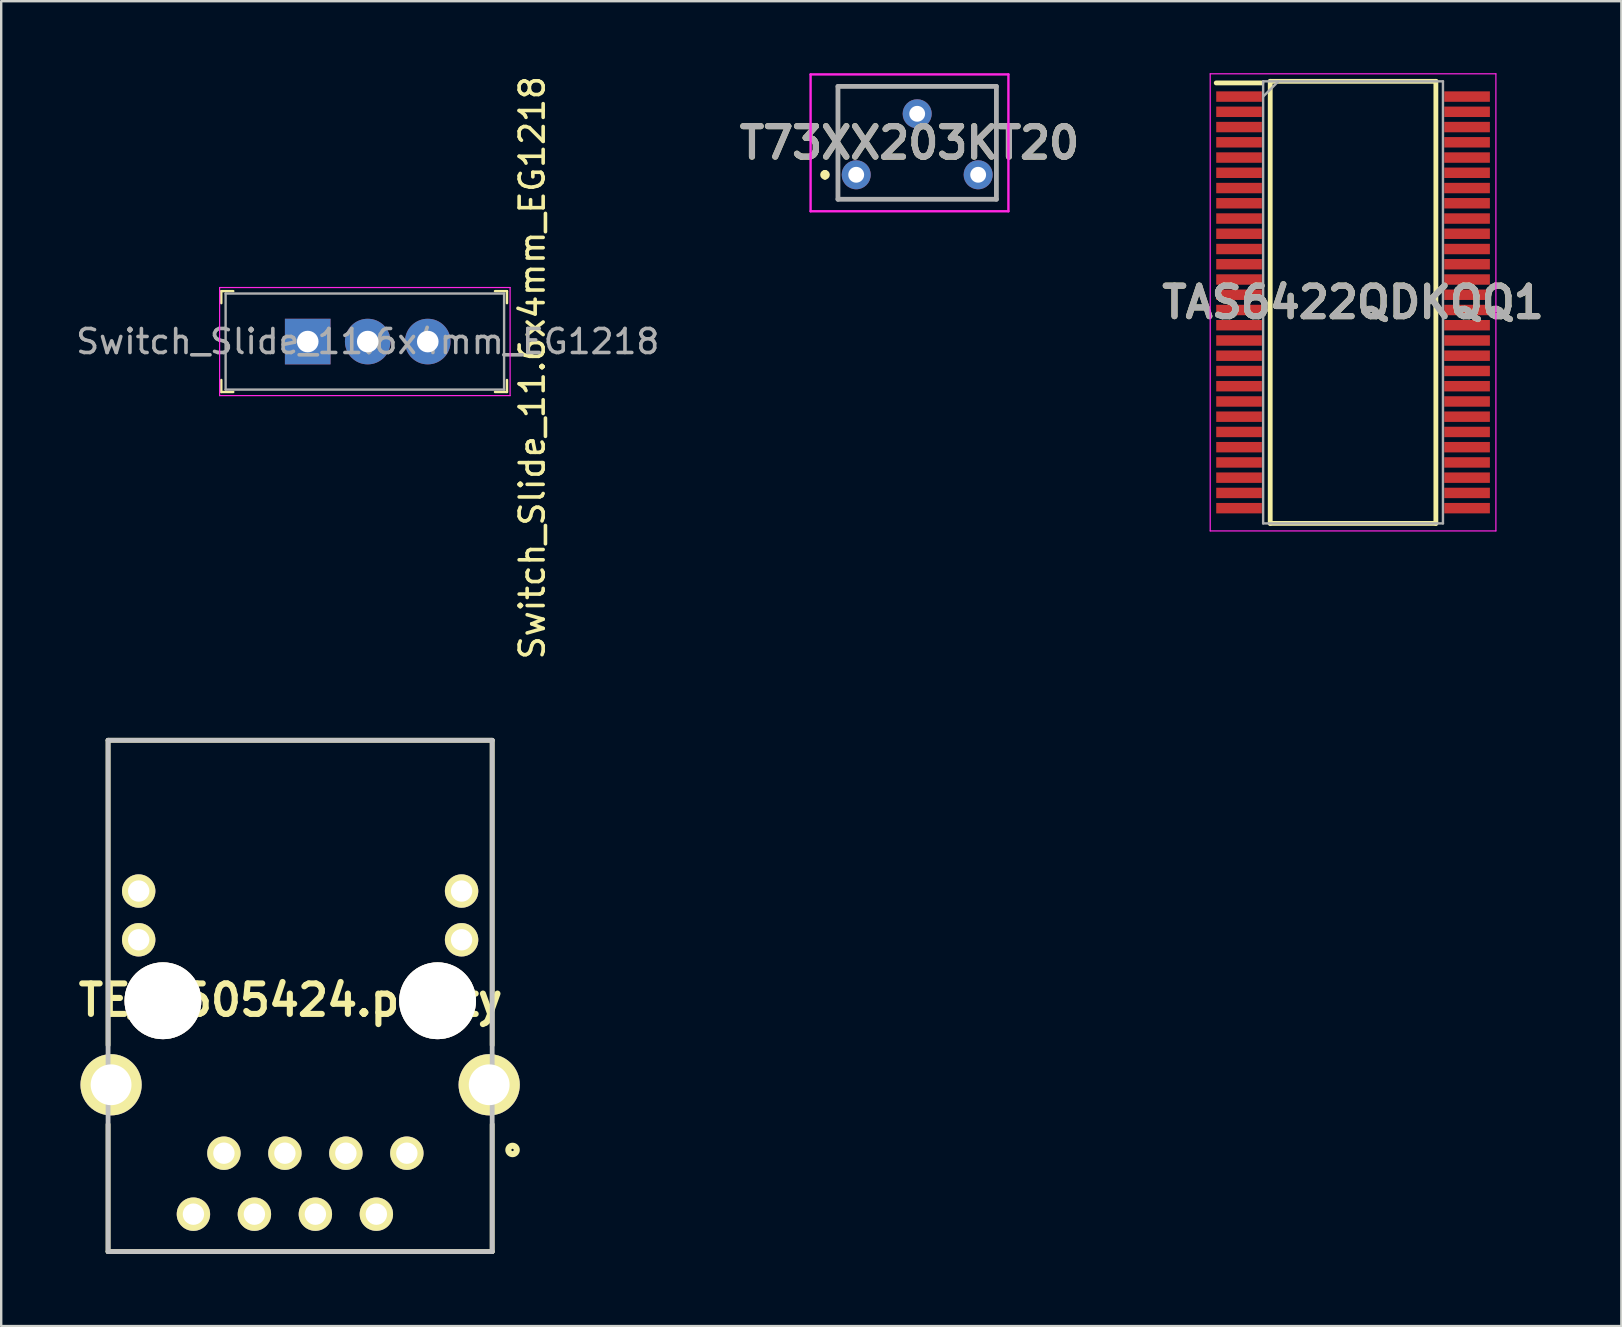
<source format=kicad_pcb>
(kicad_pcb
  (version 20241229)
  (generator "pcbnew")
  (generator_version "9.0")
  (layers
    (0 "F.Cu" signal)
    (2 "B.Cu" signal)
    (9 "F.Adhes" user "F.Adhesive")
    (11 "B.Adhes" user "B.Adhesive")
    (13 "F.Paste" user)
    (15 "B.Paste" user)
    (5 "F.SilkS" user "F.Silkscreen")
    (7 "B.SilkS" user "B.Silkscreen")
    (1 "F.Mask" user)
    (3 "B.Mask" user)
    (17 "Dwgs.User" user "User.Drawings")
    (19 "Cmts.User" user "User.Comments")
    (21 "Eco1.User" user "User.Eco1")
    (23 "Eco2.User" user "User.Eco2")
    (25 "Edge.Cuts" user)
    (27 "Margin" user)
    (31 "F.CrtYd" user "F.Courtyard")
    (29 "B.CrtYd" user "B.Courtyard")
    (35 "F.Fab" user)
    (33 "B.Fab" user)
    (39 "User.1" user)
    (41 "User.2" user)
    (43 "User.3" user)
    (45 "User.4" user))
  (footprint "TE_6605424.pretty"
    (layer "F.Cu")
    (at 9.452 27.786)
    (property "Reference" "TE_6605424.pretty" (at -0.399 10.824 0) (layer "F.SilkS") (effects (font (size 1.27 1.27) (thickness 0.254))))
    (attr through_hole)
    (fp_line (start -8 0) (end -8 12.7) (stroke (width 0.2) (type solid)) (layer "F.SilkS"))
    (fp_line (start -8 0) (end 8 0) (stroke (width 0.2) (type solid)) (layer "F.SilkS"))
    (fp_line (start -8 21.3) (end -8 16) (stroke (width 0.2) (type solid)) (layer "F.SilkS"))
    (fp_line (start -8 21.3) (end 8 21.3) (stroke (width 0.2) (type solid)) (layer "F.SilkS"))
    (fp_line (start 8 0) (end 8 12.7) (stroke (width 0.2) (type solid)) (layer "F.SilkS"))
    (fp_line (start 8 21.3) (end 8 16) (stroke (width 0.2) (type solid)) (layer "F.SilkS"))
    (fp_circle (center 8.848 17.065) (end 8.673 17.065) (stroke (width 0.254) (type solid)) (fill no) (layer "F.SilkS"))
    (fp_line (start -8 0) (end 8 0) (stroke (width 0.2) (type solid)) (layer "Dwgs.User"))
    (fp_line (start -8 21.3) (end -8 0) (stroke (width 0.2) (type solid)) (layer "Dwgs.User"))
    (fp_line (start 8 0) (end 8 21.3) (stroke (width 0.2) (type solid)) (layer "Dwgs.User"))
    (fp_line (start 8 21.3) (end -8 21.3) (stroke (width 0.2) (type solid)) (layer "Dwgs.User"))
    (pad "1" thru_hole circle (at 4.445 17.2 90) (size 1.39 1.39) (drill 0.89) (layers "*.Cu" "*.Mask" "F.SilkS"))
    (pad "2" thru_hole circle (at 3.175 19.74 90) (size 1.39 1.39) (drill 0.89) (layers "*.Cu" "*.Mask" "F.SilkS"))
    (pad "3" thru_hole circle (at 1.905 17.2 90) (size 1.39 1.39) (drill 0.89) (layers "*.Cu" "*.Mask" "F.SilkS"))
    (pad "4" thru_hole circle (at 0.635 19.74 90) (size 1.39 1.39) (drill 0.89) (layers "*.Cu" "*.Mask" "F.SilkS"))
    (pad "5" thru_hole circle (at -0.635 17.2 90) (size 1.39 1.39) (drill 0.89) (layers "*.Cu" "*.Mask" "F.SilkS"))
    (pad "6" thru_hole circle (at -1.905 19.74 90) (size 1.39 1.39) (drill 0.89) (layers "*.Cu" "*.Mask" "F.SilkS"))
    (pad "7" thru_hole circle (at -3.175 17.2 90) (size 1.39 1.39) (drill 0.89) (layers "*.Cu" "*.Mask" "F.SilkS"))
    (pad "8" thru_hole circle (at -4.445 19.74 90) (size 1.39 1.39) (drill 0.89) (layers "*.Cu" "*.Mask" "F.SilkS"))
    (pad "9" thru_hole circle (at 6.725 8.31 90) (size 1.39 1.39) (drill 0.89) (layers "*.Cu" "*.Mask" "F.SilkS"))
    (pad "10" thru_hole circle (at 6.725 6.28 90) (size 1.39 1.39) (drill 0.89) (layers "*.Cu" "*.Mask" "F.SilkS"))
    (pad "11" thru_hole circle (at -6.725 8.31 90) (size 1.39 1.39) (drill 0.89) (layers "*.Cu" "*.Mask" "F.SilkS"))
    (pad "12" thru_hole circle (at -6.725 6.28 90) (size 1.39 1.39) (drill 0.89) (layers "*.Cu" "*.Mask" "F.SilkS"))
    (pad "13" thru_hole circle (at -7.875 14.35 90) (size 2.55 2.55) (drill 1.7) (layers "*.Cu" "*.Mask" "F.SilkS"))
    (pad "14" thru_hole circle (at -5.715 10.85 90) (size 3.2 3.2) (drill 3.2) (layers "*.Cu" "*.Mask" "F.SilkS"))
    (pad "15" thru_hole circle (at 5.725 10.85 90) (size 3.2 3.2) (drill 3.2) (layers "*.Cu" "*.Mask" "F.SilkS"))
    (pad "16" thru_hole circle (at 7.875 14.35 90) (size 2.55 2.55) (drill 1.7) (layers "*.Cu" "*.Mask" "F.SilkS")))
  (footprint "Switch_Slide_11.6x4mm_EG1218"
    (layer "F.Cu")
    (at 9.768 11.178)
    (property "Reference" "Switch_Slide_11.6x4mm_EG1218" (at 9.352 1.09 90) (layer "F.SilkS") (effects (font (size 1 1) (thickness 0.15))))
    (attr through_hole)
    (fp_line (start -3.6 -2.1) (end -3.6 -1.6) (stroke (width 0.1) (type solid)) (layer "F.SilkS"))
    (fp_line (start -3.6 -2.1) (end -3.1 -2.1) (stroke (width 0.1) (type solid)) (layer "F.SilkS"))
    (fp_line (start -3.6 2.1) (end -3.6 1.6) (stroke (width 0.1) (type solid)) (layer "F.SilkS"))
    (fp_line (start -3.6 2.1) (end -3.1 2.1) (stroke (width 0.1) (type solid)) (layer "F.SilkS"))
    (fp_line (start 8.3 -2.1) (end 7.8 -2.1) (stroke (width 0.1) (type solid)) (layer "F.SilkS"))
    (fp_line (start 8.3 -2.1) (end 8.3 -1.6) (stroke (width 0.1) (type solid)) (layer "F.SilkS"))
    (fp_line (start 8.3 2.1) (end 7.8 2.1) (stroke (width 0.1) (type solid)) (layer "F.SilkS"))
    (fp_line (start 8.3 2.1) (end 8.3 1.6) (stroke (width 0.1) (type solid)) (layer "F.SilkS"))
    (fp_line (start -3.67 -2.25) (end 8.43 -2.25) (stroke (width 0.05) (type solid)) (layer "F.CrtYd"))
    (fp_line (start -3.67 2.25) (end -3.67 -2.25) (stroke (width 0.05) (type solid)) (layer "F.CrtYd"))
    (fp_line (start -3.67 2.25) (end 8.43 2.25) (stroke (width 0.05) (type solid)) (layer "F.CrtYd"))
    (fp_line (start 8.43 2.25) (end 8.43 -2.25) (stroke (width 0.05) (type solid)) (layer "F.CrtYd"))
    (fp_line (start -3.42 -2) (end 8.18 -2) (stroke (width 0.1) (type solid)) (layer "F.Fab"))
    (fp_line (start -3.42 2) (end -3.42 -2) (stroke (width 0.1) (type solid)) (layer "F.Fab"))
    (fp_line (start -3.42 2) (end 8.18 2) (stroke (width 0.1) (type solid)) (layer "F.Fab"))
    (fp_line (start 8.18 2) (end 8.18 -2) (stroke (width 0.1) (type solid)) (layer "F.Fab"))
    (fp_text user "${REFERENCE}" (at 2.5 0 0) (layer "F.Fab") (effects (font (size 1 1) (thickness 0.15))))
    (pad "1" thru_hole rect (at 0 0) (size 1.9 1.9) (drill 0.9) (layers "*.Cu" "*.Mask"))
    (pad "2" thru_hole circle (at 2.5 0) (size 1.9 1.9) (drill 0.9) (layers "*.Cu" "*.Mask"))
    (pad "3" thru_hole circle (at 5 0) (size 1.9 1.9) (drill 0.9) (layers "*.Cu" "*.Mask")))
  (footprint "T73XX203KT20"
    (layer "F.Cu")
    (at 32.615 4.23)
    (property "Reference" "T73XX203KT20" (at 2.22 -1.33 0) (layer "F.SilkS") (effects (font (size 1.27 1.27) (thickness 0.254))))
    (attr through_hole)
    (fp_line (start -1.3 -0.1) (end -1.3 -0.1) (stroke (width 0.2) (type solid)) (layer "F.SilkS"))
    (fp_line (start -1.3 0.1) (end -1.3 0.1) (stroke (width 0.2) (type solid)) (layer "F.SilkS"))
    (fp_line (start -0.76 -3.68) (end 5.84 -3.68) (stroke (width 0.1) (type solid)) (layer "F.SilkS"))
    (fp_line (start -0.76 1.02) (end -0.76 -3.68) (stroke (width 0.1) (type solid)) (layer "F.SilkS"))
    (fp_line (start 5.84 -3.68) (end 5.84 1.02) (stroke (width 0.1) (type solid)) (layer "F.SilkS"))
    (fp_line (start 5.84 1.02) (end -0.76 1.02) (stroke (width 0.1) (type solid)) (layer "F.SilkS"))
    (fp_arc (start -1.3 -0.1) (mid -1.2 0) (end -1.3 0.1) (stroke (width 0.2) (type solid)) (layer "F.SilkS"))
    (fp_arc (start -1.3 0.1) (mid -1.4 0) (end -1.3 -0.1) (stroke (width 0.2) (type solid)) (layer "F.SilkS"))
    (fp_line (start -1.9 -4.18) (end 6.34 -4.18) (stroke (width 0.1) (type solid)) (layer "F.CrtYd"))
    (fp_line (start -1.9 1.52) (end -1.9 -4.18) (stroke (width 0.1) (type solid)) (layer "F.CrtYd"))
    (fp_line (start 6.34 -4.18) (end 6.34 1.52) (stroke (width 0.1) (type solid)) (layer "F.CrtYd"))
    (fp_line (start 6.34 1.52) (end -1.9 1.52) (stroke (width 0.1) (type solid)) (layer "F.CrtYd"))
    (fp_line (start -0.76 -3.68) (end 5.84 -3.68) (stroke (width 0.2) (type solid)) (layer "F.Fab"))
    (fp_line (start -0.76 1.02) (end -0.76 -3.68) (stroke (width 0.2) (type solid)) (layer "F.Fab"))
    (fp_line (start 5.84 -3.68) (end 5.84 1.02) (stroke (width 0.2) (type solid)) (layer "F.Fab"))
    (fp_line (start 5.84 1.02) (end -0.76 1.02) (stroke (width 0.2) (type solid)) (layer "F.Fab"))
    (fp_text user "${REFERENCE}" (at 2.22 -1.33 0) (layer "F.Fab") (effects (font (size 1.27 1.27) (thickness 0.254))))
    (pad "1" thru_hole circle (at 0 0) (size 1.21 1.21) (drill 0.66) (layers "*.Cu" "*.Mask"))
    (pad "2" thru_hole circle (at 2.54 -2.54) (size 1.21 1.21) (drill 0.66) (layers "*.Cu" "*.Mask"))
    (pad "3" thru_hole circle (at 5.08 0) (size 1.21 1.21) (drill 0.66) (layers "*.Cu" "*.Mask")))
  (footprint "TAS6422QDKQQ1"
    (layer "F.Cu")
    (at 53.311 9.545)
    (property "Reference" "TAS6422QDKQQ1" (at 0 0 0) (layer "F.SilkS") (effects (font (size 1.27 1.27) (thickness 0.254))))
    (attr smd)
    (fp_line (start -5.7 -9.14) (end -3.8 -9.14) (stroke (width 0.2) (type solid)) (layer "F.SilkS"))
    (fp_line (start -3.45 -9.208) (end 3.45 -9.208) (stroke (width 0.2) (type solid)) (layer "F.SilkS"))
    (fp_line (start -3.45 9.208) (end -3.45 -9.208) (stroke (width 0.2) (type solid)) (layer "F.SilkS"))
    (fp_line (start 3.45 -9.208) (end 3.45 9.208) (stroke (width 0.2) (type solid)) (layer "F.SilkS"))
    (fp_line (start 3.45 9.208) (end -3.45 9.208) (stroke (width 0.2) (type solid)) (layer "F.SilkS"))
    (fp_line (start -5.95 -9.52) (end 5.95 -9.52) (stroke (width 0.05) (type solid)) (layer "F.CrtYd"))
    (fp_line (start -5.95 9.52) (end -5.95 -9.52) (stroke (width 0.05) (type solid)) (layer "F.CrtYd"))
    (fp_line (start 5.95 -9.52) (end 5.95 9.52) (stroke (width 0.05) (type solid)) (layer "F.CrtYd"))
    (fp_line (start 5.95 9.52) (end -5.95 9.52) (stroke (width 0.05) (type solid)) (layer "F.CrtYd"))
    (fp_line (start -3.745 -9.208) (end 3.745 -9.208) (stroke (width 0.1) (type solid)) (layer "F.Fab"))
    (fp_line (start -3.745 -8.572) (end -3.11 -9.208) (stroke (width 0.1) (type solid)) (layer "F.Fab"))
    (fp_line (start -3.745 9.208) (end -3.745 -9.208) (stroke (width 0.1) (type solid)) (layer "F.Fab"))
    (fp_line (start 3.745 -9.208) (end 3.745 9.208) (stroke (width 0.1) (type solid)) (layer "F.Fab"))
    (fp_line (start 3.745 9.208) (end -3.745 9.208) (stroke (width 0.1) (type solid)) (layer "F.Fab"))
    (fp_text user "${REFERENCE}" (at 0 0 0) (layer "F.Fab") (effects (font (size 1.27 1.27) (thickness 0.254))))
    (pad "1" smd rect (at -4.75 -8.572 90) (size 0.435 1.9) (layers "F.Cu" "F.Mask" "F.Paste"))
    (pad "2" smd rect (at -4.75 -7.938 90) (size 0.435 1.9) (layers "F.Cu" "F.Mask" "F.Paste"))
    (pad "3" smd rect (at -4.75 -7.302 90) (size 0.435 1.9) (layers "F.Cu" "F.Mask" "F.Paste"))
    (pad "4" smd rect (at -4.75 -6.668 90) (size 0.435 1.9) (layers "F.Cu" "F.Mask" "F.Paste"))
    (pad "5" smd rect (at -4.75 -6.032 90) (size 0.435 1.9) (layers "F.Cu" "F.Mask" "F.Paste"))
    (pad "6" smd rect (at -4.75 -5.398 90) (size 0.435 1.9) (layers "F.Cu" "F.Mask" "F.Paste"))
    (pad "7" smd rect (at -4.75 -4.762 90) (size 0.435 1.9) (layers "F.Cu" "F.Mask" "F.Paste"))
    (pad "8" smd rect (at -4.75 -4.128 90) (size 0.435 1.9) (layers "F.Cu" "F.Mask" "F.Paste"))
    (pad "9" smd rect (at -4.75 -3.492 90) (size 0.435 1.9) (layers "F.Cu" "F.Mask" "F.Paste"))
    (pad "10" smd rect (at -4.75 -2.858 90) (size 0.435 1.9) (layers "F.Cu" "F.Mask" "F.Paste"))
    (pad "11" smd rect (at -4.75 -2.222 90) (size 0.435 1.9) (layers "F.Cu" "F.Mask" "F.Paste"))
    (pad "12" smd rect (at -4.75 -1.588 90) (size 0.435 1.9) (layers "F.Cu" "F.Mask" "F.Paste"))
    (pad "13" smd rect (at -4.75 -0.952 90) (size 0.435 1.9) (layers "F.Cu" "F.Mask" "F.Paste"))
    (pad "14" smd rect (at -4.75 -0.318 90) (size 0.435 1.9) (layers "F.Cu" "F.Mask" "F.Paste"))
    (pad "15" smd rect (at -4.75 0.318 90) (size 0.435 1.9) (layers "F.Cu" "F.Mask" "F.Paste"))
    (pad "16" smd rect (at -4.75 0.952 90) (size 0.435 1.9) (layers "F.Cu" "F.Mask" "F.Paste"))
    (pad "17" smd rect (at -4.75 1.588 90) (size 0.435 1.9) (layers "F.Cu" "F.Mask" "F.Paste"))
    (pad "18" smd rect (at -4.75 2.222 90) (size 0.435 1.9) (layers "F.Cu" "F.Mask" "F.Paste"))
    (pad "19" smd rect (at -4.75 2.858 90) (size 0.435 1.9) (layers "F.Cu" "F.Mask" "F.Paste"))
    (pad "20" smd rect (at -4.75 3.492 90) (size 0.435 1.9) (layers "F.Cu" "F.Mask" "F.Paste"))
    (pad "21" smd rect (at -4.75 4.128 90) (size 0.435 1.9) (layers "F.Cu" "F.Mask" "F.Paste"))
    (pad "22" smd rect (at -4.75 4.762 90) (size 0.435 1.9) (layers "F.Cu" "F.Mask" "F.Paste"))
    (pad "23" smd rect (at -4.75 5.398 90) (size 0.435 1.9) (layers "F.Cu" "F.Mask" "F.Paste"))
    (pad "24" smd rect (at -4.75 6.032 90) (size 0.435 1.9) (layers "F.Cu" "F.Mask" "F.Paste"))
    (pad "25" smd rect (at -4.75 6.668 90) (size 0.435 1.9) (layers "F.Cu" "F.Mask" "F.Paste"))
    (pad "26" smd rect (at -4.75 7.302 90) (size 0.435 1.9) (layers "F.Cu" "F.Mask" "F.Paste"))
    (pad "27" smd rect (at -4.75 7.938 90) (size 0.435 1.9) (layers "F.Cu" "F.Mask" "F.Paste"))
    (pad "28" smd rect (at -4.75 8.572 90) (size 0.435 1.9) (layers "F.Cu" "F.Mask" "F.Paste"))
    (pad "29" smd rect (at 4.75 8.572 90) (size 0.435 1.9) (layers "F.Cu" "F.Mask" "F.Paste"))
    (pad "30" smd rect (at 4.75 7.938 90) (size 0.435 1.9) (layers "F.Cu" "F.Mask" "F.Paste"))
    (pad "31" smd rect (at 4.75 7.302 90) (size 0.435 1.9) (layers "F.Cu" "F.Mask" "F.Paste"))
    (pad "32" smd rect (at 4.75 6.668 90) (size 0.435 1.9) (layers "F.Cu" "F.Mask" "F.Paste"))
    (pad "33" smd rect (at 4.75 6.032 90) (size 0.435 1.9) (layers "F.Cu" "F.Mask" "F.Paste"))
    (pad "34" smd rect (at 4.75 5.398 90) (size 0.435 1.9) (layers "F.Cu" "F.Mask" "F.Paste"))
    (pad "35" smd rect (at 4.75 4.762 90) (size 0.435 1.9) (layers "F.Cu" "F.Mask" "F.Paste"))
    (pad "36" smd rect (at 4.75 4.128 90) (size 0.435 1.9) (layers "F.Cu" "F.Mask" "F.Paste"))
    (pad "37" smd rect (at 4.75 3.492 90) (size 0.435 1.9) (layers "F.Cu" "F.Mask" "F.Paste"))
    (pad "38" smd rect (at 4.75 2.858 90) (size 0.435 1.9) (layers "F.Cu" "F.Mask" "F.Paste"))
    (pad "39" smd rect (at 4.75 2.222 90) (size 0.435 1.9) (layers "F.Cu" "F.Mask" "F.Paste"))
    (pad "40" smd rect (at 4.75 1.588 90) (size 0.435 1.9) (layers "F.Cu" "F.Mask" "F.Paste"))
    (pad "41" smd rect (at 4.75 0.952 90) (size 0.435 1.9) (layers "F.Cu" "F.Mask" "F.Paste"))
    (pad "42" smd rect (at 4.75 0.318 90) (size 0.435 1.9) (layers "F.Cu" "F.Mask" "F.Paste"))
    (pad "43" smd rect (at 4.75 -0.318 90) (size 0.435 1.9) (layers "F.Cu" "F.Mask" "F.Paste"))
    (pad "44" smd rect (at 4.75 -0.952 90) (size 0.435 1.9) (layers "F.Cu" "F.Mask" "F.Paste"))
    (pad "45" smd rect (at 4.75 -1.588 90) (size 0.435 1.9) (layers "F.Cu" "F.Mask" "F.Paste"))
    (pad "46" smd rect (at 4.75 -2.222 90) (size 0.435 1.9) (layers "F.Cu" "F.Mask" "F.Paste"))
    (pad "47" smd rect (at 4.75 -2.858 90) (size 0.435 1.9) (layers "F.Cu" "F.Mask" "F.Paste"))
    (pad "48" smd rect (at 4.75 -3.492 90) (size 0.435 1.9) (layers "F.Cu" "F.Mask" "F.Paste"))
    (pad "49" smd rect (at 4.75 -4.128 90) (size 0.435 1.9) (layers "F.Cu" "F.Mask" "F.Paste"))
    (pad "50" smd rect (at 4.75 -4.762 90) (size 0.435 1.9) (layers "F.Cu" "F.Mask" "F.Paste"))
    (pad "51" smd rect (at 4.75 -5.398 90) (size 0.435 1.9) (layers "F.Cu" "F.Mask" "F.Paste"))
    (pad "52" smd rect (at 4.75 -6.032 90) (size 0.435 1.9) (layers "F.Cu" "F.Mask" "F.Paste"))
    (pad "53" smd rect (at 4.75 -6.668 90) (size 0.435 1.9) (layers "F.Cu" "F.Mask" "F.Paste"))
    (pad "54" smd rect (at 4.75 -7.302 90) (size 0.435 1.9) (layers "F.Cu" "F.Mask" "F.Paste"))
    (pad "55" smd rect (at 4.75 -7.938 90) (size 0.435 1.9) (layers "F.Cu" "F.Mask" "F.Paste"))
    (pad "56" smd rect (at 4.75 -8.572 90) (size 0.435 1.9) (layers "F.Cu" "F.Mask" "F.Paste")))
  (gr_rect
    (start -3 -3)
    (end 64.487 52.186)
    (stroke (width 0.1) (type default))
    (fill no)
    (layer "Edge.Cuts")))
</source>
